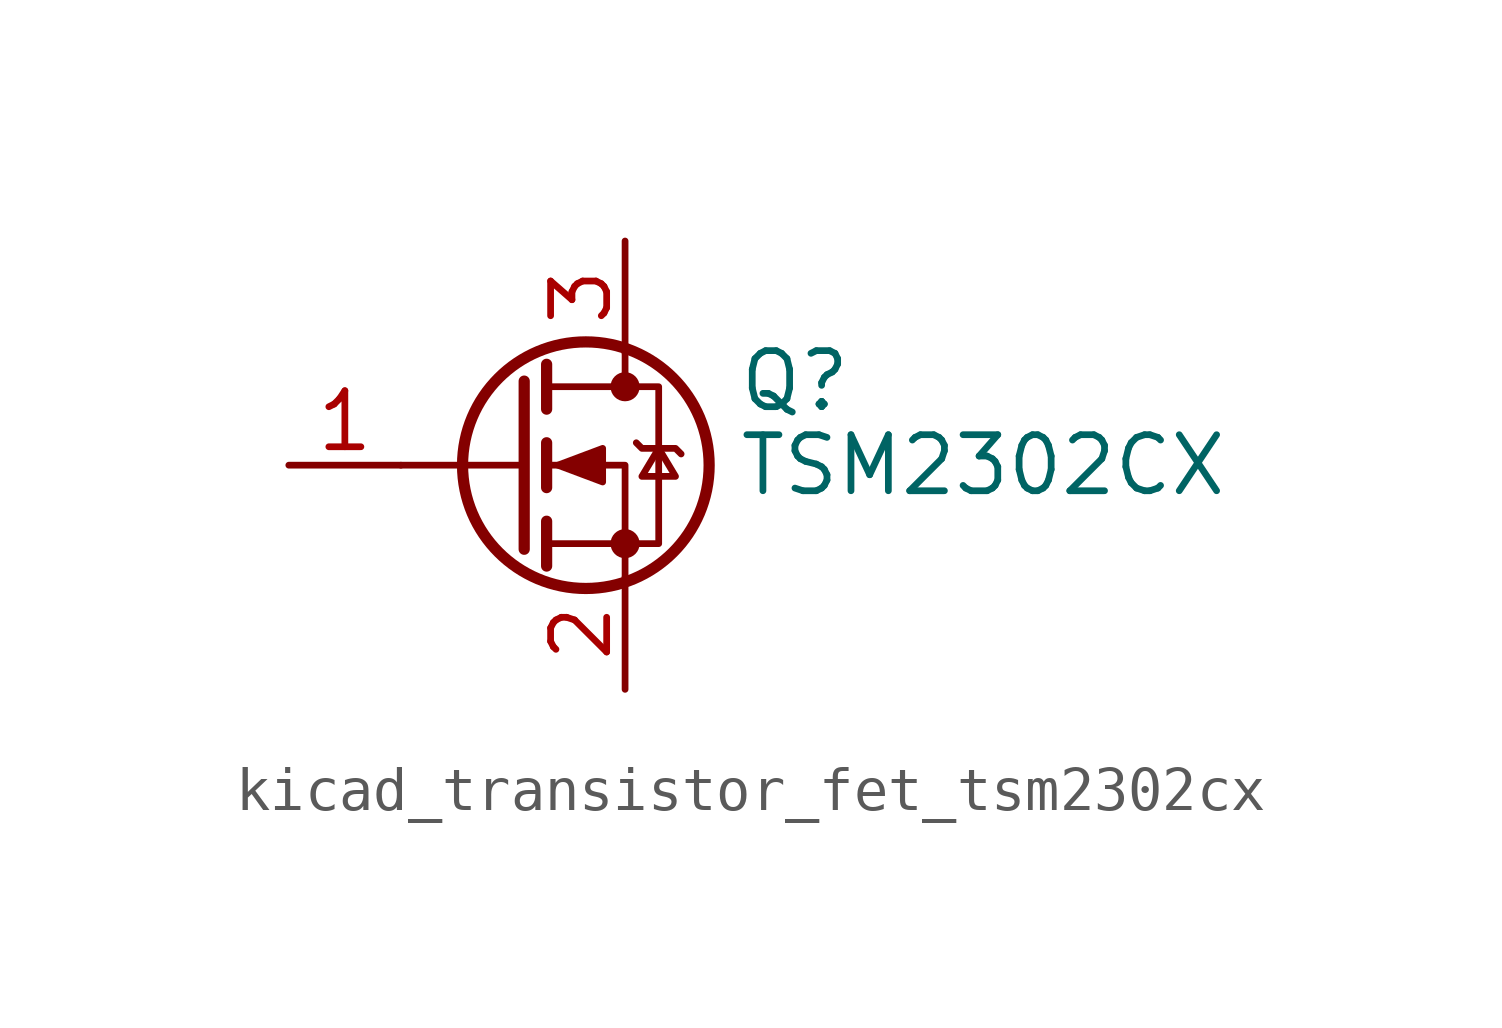
<source format=kicad_sym>
(kicad_symbol_lib
  (version 20220914)
  (generator kicad_symbol_editor)
  (symbol "kicad_transistor_fet_tsm2302cx"
    (pin_names hide)
    (property "Reference" "Q"
      (at 5.08 1.905 0)
      (effects (font (size 1.27 1.27)) (justify left)))
    (property "Value" "TSM2302CX"
      (at 5.08 0 0)
      (effects (font (size 1.27 1.27)) (justify left)))
    (symbol "kicad_transistor_fet_tsm2302cx_0_1"
      (polyline (pts (xy 0.254 0) (xy -2.54 0)) (stroke (width 0) (type default)) (fill (type none)))
      (polyline (pts (xy 0.254 1.905) (xy 0.254 -1.905)) (stroke (width 0.254) (type default)) (fill (type none)))
      (polyline (pts (xy 0.762 -1.27) (xy 0.762 -2.286)) (stroke (width 0.254) (type default)) (fill (type none)))
      (polyline (pts (xy 0.762 0.508) (xy 0.762 -0.508)) (stroke (width 0.254) (type default)) (fill (type none)))
      (polyline (pts (xy 0.762 2.286) (xy 0.762 1.27)) (stroke (width 0.254) (type default)) (fill (type none)))
      (polyline (pts (xy 2.54 2.54) (xy 2.54 1.778)) (stroke (width 0) (type default)) (fill (type none)))
      (polyline (pts (xy 2.54 -2.54) (xy 2.54 0) (xy 0.762 0)) (stroke (width 0) (type default)) (fill (type none)))
      (polyline (pts (xy 0.762 -1.778) (xy 3.302 -1.778) (xy 3.302 1.778) (xy 0.762 1.778)) (stroke (width 0) (type default)) (fill (type none)))
      (polyline (pts (xy 1.016 0) (xy 2.032 0.381) (xy 2.032 -0.381) (xy 1.016 0)) (stroke (width 0) (type default)) (fill (type outline)))
      (polyline (pts (xy 2.794 0.508) (xy 2.921 0.381) (xy 3.683 0.381) (xy 3.81 0.254)) (stroke (width 0) (type default)) (fill (type none)))
      (polyline (pts (xy 3.302 0.381) (xy 2.921 -0.254) (xy 3.683 -0.254) (xy 3.302 0.381)) (stroke (width 0) (type default)) (fill (type none)))
      (circle (center 1.651 0) (radius 2.794) (stroke (width 0.254) (type default)) (fill (type none)))
      (circle (center 2.54 -1.778) (radius 0.254) (stroke (width 0) (type default)) (fill (type outline)))
      (circle (center 2.54 1.778) (radius 0.254) (stroke (width 0) (type default)) (fill (type outline))))
    (symbol "kicad_transistor_fet_tsm2302cx_1_1"
      (pin input line (at -5.08 0 0) (length 2.54) (name "G" (effects (font (size 1.27 1.27)))) (number "1" (effects (font (size 1.27 1.27)))))
      (pin passive line (at 2.54 -5.08 90) (length 2.54) (name "S" (effects (font (size 1.27 1.27)))) (number "2" (effects (font (size 1.27 1.27)))))
      (pin passive line (at 2.54 5.08 270) (length 2.54) (name "D" (effects (font (size 1.27 1.27)))) (number "3" (effects (font (size 1.27 1.27))))))))
</source>
